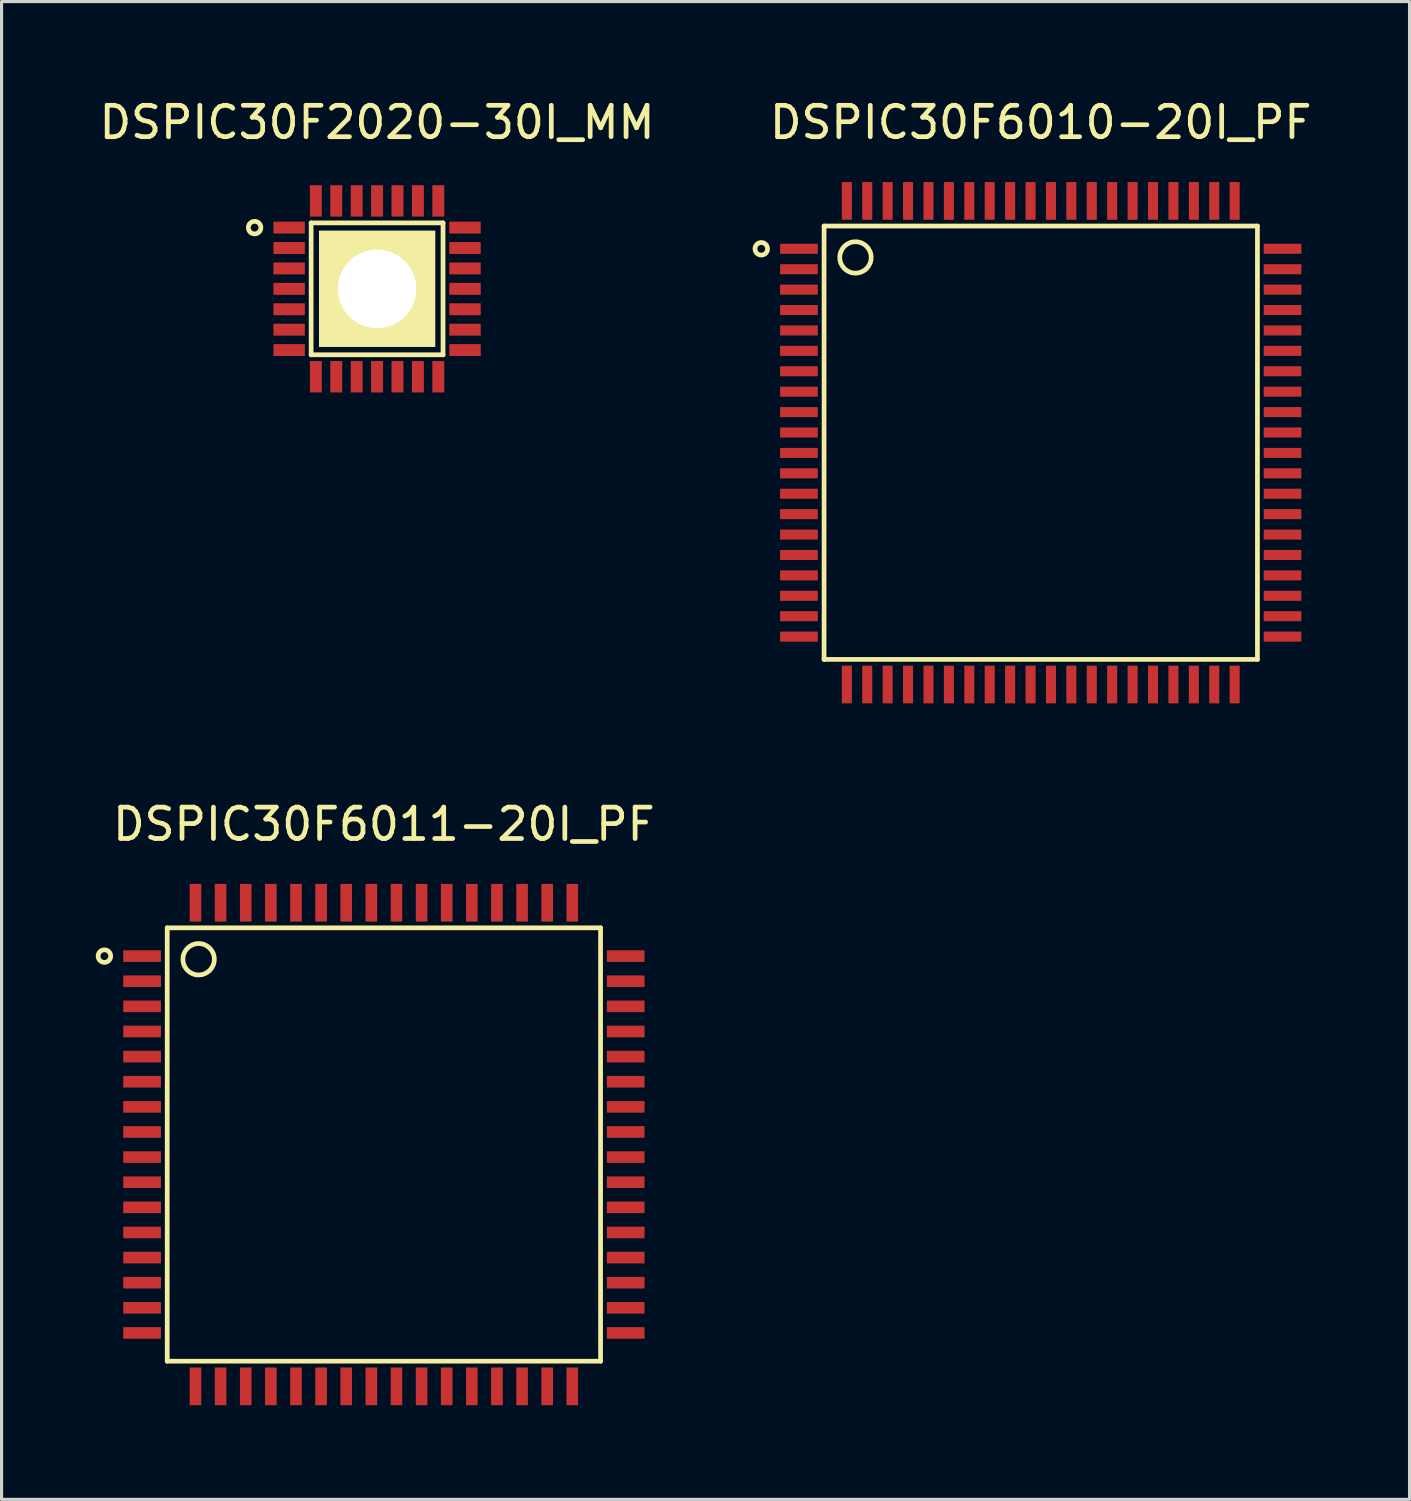
<source format=kicad_pcb>
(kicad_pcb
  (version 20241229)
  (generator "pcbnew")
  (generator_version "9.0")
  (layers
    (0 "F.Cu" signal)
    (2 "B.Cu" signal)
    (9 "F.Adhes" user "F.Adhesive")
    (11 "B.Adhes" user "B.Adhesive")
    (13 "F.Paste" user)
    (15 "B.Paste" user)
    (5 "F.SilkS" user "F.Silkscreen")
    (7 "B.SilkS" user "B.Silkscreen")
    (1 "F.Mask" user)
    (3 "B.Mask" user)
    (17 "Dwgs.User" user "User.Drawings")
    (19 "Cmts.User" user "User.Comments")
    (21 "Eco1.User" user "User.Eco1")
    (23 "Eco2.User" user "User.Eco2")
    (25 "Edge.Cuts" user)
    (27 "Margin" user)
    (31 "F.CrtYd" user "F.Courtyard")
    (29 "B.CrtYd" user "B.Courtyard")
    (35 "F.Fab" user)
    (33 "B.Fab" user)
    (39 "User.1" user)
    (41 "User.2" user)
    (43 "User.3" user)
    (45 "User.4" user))
  (footprint "DSPIC30F6010-20I_PF"
    (layer "F.Cu")
    (at 22.392 3.348)
    (property "Reference" "DSPIC30F6010-20I_PF" (at 7.7 -2.5 0) (layer "F.SilkS") (effects (font (size 1 1) (thickness 0.15))))
    (attr through_hole)
    (fp_line (start 0.8 0.8) (end 0.8 14.6) (stroke (width 0.15) (type solid)) (layer "F.SilkS"))
    (fp_line (start 0.8 0.8) (end 14.6 0.8) (stroke (width 0.15) (type solid)) (layer "F.SilkS"))
    (fp_line (start 0.8 14.6) (end 14.6 14.6) (stroke (width 0.15) (type solid)) (layer "F.SilkS"))
    (fp_line (start 14.6 14.6) (end 14.6 0.8) (stroke (width 0.15) (type solid)) (layer "F.SilkS"))
    (fp_circle (center -1.2 1.525) (end -1.2 1.325) (stroke (width 0.15) (type solid)) (fill no) (layer "F.SilkS"))
    (fp_circle (center 1.8 1.8) (end 1.8 1.3) (stroke (width 0.15) (type solid)) (fill no) (layer "F.SilkS"))
    (pad "1" smd rect (at 0 1.525) (size 1.2 0.32) (layers "F.Cu" "F.Mask" "F.Paste"))
    (pad "2" smd rect (at 0 2.175) (size 1.2 0.32) (layers "F.Cu" "F.Mask" "F.Paste"))
    (pad "3" smd rect (at 0 2.825) (size 1.2 0.32) (layers "F.Cu" "F.Mask" "F.Paste"))
    (pad "4" smd rect (at 0 3.475) (size 1.2 0.32) (layers "F.Cu" "F.Mask" "F.Paste"))
    (pad "5" smd rect (at 0 4.125) (size 1.2 0.32) (layers "F.Cu" "F.Mask" "F.Paste"))
    (pad "6" smd rect (at 0 4.775) (size 1.2 0.32) (layers "F.Cu" "F.Mask" "F.Paste"))
    (pad "7" smd rect (at 0 5.425) (size 1.2 0.32) (layers "F.Cu" "F.Mask" "F.Paste"))
    (pad "8" smd rect (at 0 6.075) (size 1.2 0.32) (layers "F.Cu" "F.Mask" "F.Paste"))
    (pad "9" smd rect (at 0 6.725) (size 1.2 0.32) (layers "F.Cu" "F.Mask" "F.Paste"))
    (pad "10" smd rect (at 0 7.375) (size 1.2 0.32) (layers "F.Cu" "F.Mask" "F.Paste"))
    (pad "11" smd rect (at 0 8.025) (size 1.2 0.32) (layers "F.Cu" "F.Mask" "F.Paste"))
    (pad "12" smd rect (at 0 8.675) (size 1.2 0.32) (layers "F.Cu" "F.Mask" "F.Paste"))
    (pad "13" smd rect (at 0 9.325) (size 1.2 0.32) (layers "F.Cu" "F.Mask" "F.Paste"))
    (pad "14" smd rect (at 0 9.975) (size 1.2 0.32) (layers "F.Cu" "F.Mask" "F.Paste"))
    (pad "15" smd rect (at 0 10.625) (size 1.2 0.32) (layers "F.Cu" "F.Mask" "F.Paste"))
    (pad "16" smd rect (at 0 11.275) (size 1.2 0.32) (layers "F.Cu" "F.Mask" "F.Paste"))
    (pad "17" smd rect (at 0 11.925) (size 1.2 0.32) (layers "F.Cu" "F.Mask" "F.Paste"))
    (pad "18" smd rect (at 0 12.575) (size 1.2 0.32) (layers "F.Cu" "F.Mask" "F.Paste"))
    (pad "19" smd rect (at 0 13.225) (size 1.2 0.32) (layers "F.Cu" "F.Mask" "F.Paste"))
    (pad "20" smd rect (at 0 13.875) (size 1.2 0.32) (layers "F.Cu" "F.Mask" "F.Paste"))
    (pad "21" smd rect (at 1.525 15.4) (size 0.32 1.2) (layers "F.Cu" "F.Mask" "F.Paste"))
    (pad "22" smd rect (at 2.175 15.4) (size 0.32 1.2) (layers "F.Cu" "F.Mask" "F.Paste"))
    (pad "23" smd rect (at 2.825 15.4) (size 0.32 1.2) (layers "F.Cu" "F.Mask" "F.Paste"))
    (pad "24" smd rect (at 3.475 15.4) (size 0.32 1.2) (layers "F.Cu" "F.Mask" "F.Paste"))
    (pad "25" smd rect (at 4.125 15.4) (size 0.32 1.2) (layers "F.Cu" "F.Mask" "F.Paste"))
    (pad "26" smd rect (at 4.775 15.4) (size 0.32 1.2) (layers "F.Cu" "F.Mask" "F.Paste"))
    (pad "27" smd rect (at 5.425 15.4) (size 0.32 1.2) (layers "F.Cu" "F.Mask" "F.Paste"))
    (pad "28" smd rect (at 6.075 15.4) (size 0.32 1.2) (layers "F.Cu" "F.Mask" "F.Paste"))
    (pad "29" smd rect (at 6.725 15.4) (size 0.32 1.2) (layers "F.Cu" "F.Mask" "F.Paste"))
    (pad "30" smd rect (at 7.375 15.4) (size 0.32 1.2) (layers "F.Cu" "F.Mask" "F.Paste"))
    (pad "31" smd rect (at 8.025 15.4) (size 0.32 1.2) (layers "F.Cu" "F.Mask" "F.Paste"))
    (pad "32" smd rect (at 8.675 15.4) (size 0.32 1.2) (layers "F.Cu" "F.Mask" "F.Paste"))
    (pad "33" smd rect (at 9.325 15.4) (size 0.32 1.2) (layers "F.Cu" "F.Mask" "F.Paste"))
    (pad "34" smd rect (at 9.975 15.4) (size 0.32 1.2) (layers "F.Cu" "F.Mask" "F.Paste"))
    (pad "35" smd rect (at 10.625 15.4) (size 0.32 1.2) (layers "F.Cu" "F.Mask" "F.Paste"))
    (pad "36" smd rect (at 11.275 15.4) (size 0.32 1.2) (layers "F.Cu" "F.Mask" "F.Paste"))
    (pad "37" smd rect (at 11.925 15.4) (size 0.32 1.2) (layers "F.Cu" "F.Mask" "F.Paste"))
    (pad "38" smd rect (at 12.575 15.4) (size 0.32 1.2) (layers "F.Cu" "F.Mask" "F.Paste"))
    (pad "39" smd rect (at 13.225 15.4) (size 0.32 1.2) (layers "F.Cu" "F.Mask" "F.Paste"))
    (pad "40" smd rect (at 13.875 15.4) (size 0.32 1.2) (layers "F.Cu" "F.Mask" "F.Paste"))
    (pad "41" smd rect (at 15.4 13.875) (size 1.2 0.32) (layers "F.Cu" "F.Mask" "F.Paste"))
    (pad "42" smd rect (at 15.4 13.225) (size 1.2 0.32) (layers "F.Cu" "F.Mask" "F.Paste"))
    (pad "43" smd rect (at 15.4 12.575) (size 1.2 0.32) (layers "F.Cu" "F.Mask" "F.Paste"))
    (pad "44" smd rect (at 15.4 11.925) (size 1.2 0.32) (layers "F.Cu" "F.Mask" "F.Paste"))
    (pad "45" smd rect (at 15.4 11.275) (size 1.2 0.32) (layers "F.Cu" "F.Mask" "F.Paste"))
    (pad "46" smd rect (at 15.4 10.625) (size 1.2 0.32) (layers "F.Cu" "F.Mask" "F.Paste"))
    (pad "47" smd rect (at 15.4 9.975) (size 1.2 0.32) (layers "F.Cu" "F.Mask" "F.Paste"))
    (pad "48" smd rect (at 15.4 9.325) (size 1.2 0.32) (layers "F.Cu" "F.Mask" "F.Paste"))
    (pad "49" smd rect (at 15.4 8.675) (size 1.2 0.32) (layers "F.Cu" "F.Mask" "F.Paste"))
    (pad "50" smd rect (at 15.4 8.025) (size 1.2 0.32) (layers "F.Cu" "F.Mask" "F.Paste"))
    (pad "51" smd rect (at 15.4 7.375) (size 1.2 0.32) (layers "F.Cu" "F.Mask" "F.Paste"))
    (pad "52" smd rect (at 15.4 6.725) (size 1.2 0.32) (layers "F.Cu" "F.Mask" "F.Paste"))
    (pad "53" smd rect (at 15.4 6.075) (size 1.2 0.32) (layers "F.Cu" "F.Mask" "F.Paste"))
    (pad "54" smd rect (at 15.4 5.425) (size 1.2 0.32) (layers "F.Cu" "F.Mask" "F.Paste"))
    (pad "55" smd rect (at 15.4 4.775) (size 1.2 0.32) (layers "F.Cu" "F.Mask" "F.Paste"))
    (pad "56" smd rect (at 15.4 4.125) (size 1.2 0.32) (layers "F.Cu" "F.Mask" "F.Paste"))
    (pad "57" smd rect (at 15.4 3.475) (size 1.2 0.32) (layers "F.Cu" "F.Mask" "F.Paste"))
    (pad "58" smd rect (at 15.4 2.825) (size 1.2 0.32) (layers "F.Cu" "F.Mask" "F.Paste"))
    (pad "59" smd rect (at 15.4 2.175) (size 1.2 0.32) (layers "F.Cu" "F.Mask" "F.Paste"))
    (pad "60" smd rect (at 15.4 1.525) (size 1.2 0.32) (layers "F.Cu" "F.Mask" "F.Paste"))
    (pad "61" smd rect (at 13.875 0) (size 0.32 1.2) (layers "F.Cu" "F.Mask" "F.Paste"))
    (pad "62" smd rect (at 13.225 0) (size 0.32 1.2) (layers "F.Cu" "F.Mask" "F.Paste"))
    (pad "63" smd rect (at 12.575 0) (size 0.32 1.2) (layers "F.Cu" "F.Mask" "F.Paste"))
    (pad "64" smd rect (at 11.925 0) (size 0.32 1.2) (layers "F.Cu" "F.Mask" "F.Paste"))
    (pad "65" smd rect (at 11.275 0) (size 0.32 1.2) (layers "F.Cu" "F.Mask" "F.Paste"))
    (pad "66" smd rect (at 10.625 0) (size 0.32 1.2) (layers "F.Cu" "F.Mask" "F.Paste"))
    (pad "67" smd rect (at 9.975 0) (size 0.32 1.2) (layers "F.Cu" "F.Mask" "F.Paste"))
    (pad "68" smd rect (at 9.325 0) (size 0.32 1.2) (layers "F.Cu" "F.Mask" "F.Paste"))
    (pad "69" smd rect (at 8.675 0) (size 0.32 1.2) (layers "F.Cu" "F.Mask" "F.Paste"))
    (pad "70" smd rect (at 8.025 0) (size 0.32 1.2) (layers "F.Cu" "F.Mask" "F.Paste"))
    (pad "71" smd rect (at 7.375 0) (size 0.32 1.2) (layers "F.Cu" "F.Mask" "F.Paste"))
    (pad "72" smd rect (at 6.725 0) (size 0.32 1.2) (layers "F.Cu" "F.Mask" "F.Paste"))
    (pad "73" smd rect (at 6.075 0) (size 0.32 1.2) (layers "F.Cu" "F.Mask" "F.Paste"))
    (pad "74" smd rect (at 5.425 0) (size 0.32 1.2) (layers "F.Cu" "F.Mask" "F.Paste"))
    (pad "75" smd rect (at 4.775 0) (size 0.32 1.2) (layers "F.Cu" "F.Mask" "F.Paste"))
    (pad "76" smd rect (at 4.125 0) (size 0.32 1.2) (layers "F.Cu" "F.Mask" "F.Paste"))
    (pad "77" smd rect (at 3.475 0) (size 0.32 1.2) (layers "F.Cu" "F.Mask" "F.Paste"))
    (pad "78" smd rect (at 2.825 0) (size 0.32 1.2) (layers "F.Cu" "F.Mask" "F.Paste"))
    (pad "79" smd rect (at 2.175 0) (size 0.32 1.2) (layers "F.Cu" "F.Mask" "F.Paste"))
    (pad "80" smd rect (at 1.525 0) (size 0.32 1.2) (layers "F.Cu" "F.Mask" "F.Paste")))
  (footprint "DSPIC30F2020-30I_MM"
    (layer "F.Cu")
    (at 6.158 3.348)
    (property "Reference" "DSPIC30F2020-30I_MM" (at 2.8 -2.5 0) (layer "F.SilkS") (effects (font (size 1 1) (thickness 0.15))))
    (attr through_hole)
    (fp_line (start 0.7 0.7) (end 0.7 4.9) (stroke (width 0.15) (type solid)) (layer "F.SilkS"))
    (fp_line (start 0.7 0.7) (end 4.9 0.7) (stroke (width 0.15) (type solid)) (layer "F.SilkS"))
    (fp_line (start 0.7 4.9) (end 4.9 4.9) (stroke (width 0.15) (type solid)) (layer "F.SilkS"))
    (fp_line (start 4.9 4.9) (end 4.9 0.7) (stroke (width 0.15) (type solid)) (layer "F.SilkS"))
    (fp_circle (center -1.1 0.85) (end -1.1 0.65) (stroke (width 0.15) (type solid)) (fill no) (layer "F.SilkS"))
    (fp_circle (center 1.7 1.7) (end 1.7 1.2) (stroke (width 0.15) (type solid)) (fill no) (layer "F.SilkS"))
    (pad "1" smd rect (at 0 0.85) (size 1 0.38) (layers "F.Cu" "F.Mask" "F.Paste"))
    (pad "2" smd rect (at 0 1.5) (size 1 0.38) (layers "F.Cu" "F.Mask" "F.Paste"))
    (pad "3" smd rect (at 0 2.15) (size 1 0.38) (layers "F.Cu" "F.Mask" "F.Paste"))
    (pad "4" smd rect (at 0 2.8) (size 1 0.38) (layers "F.Cu" "F.Mask" "F.Paste"))
    (pad "5" smd rect (at 0 3.45) (size 1 0.38) (layers "F.Cu" "F.Mask" "F.Paste"))
    (pad "6" smd rect (at 0 4.1) (size 1 0.38) (layers "F.Cu" "F.Mask" "F.Paste"))
    (pad "7" smd rect (at 0 4.75) (size 1 0.38) (layers "F.Cu" "F.Mask" "F.Paste"))
    (pad "8" smd rect (at 0.85 5.6) (size 0.38 1) (layers "F.Cu" "F.Mask" "F.Paste"))
    (pad "9" smd rect (at 1.5 5.6) (size 0.38 1) (layers "F.Cu" "F.Mask" "F.Paste"))
    (pad "10" smd rect (at 2.15 5.6) (size 0.38 1) (layers "F.Cu" "F.Mask" "F.Paste"))
    (pad "11" smd rect (at 2.8 5.6) (size 0.38 1) (layers "F.Cu" "F.Mask" "F.Paste"))
    (pad "12" smd rect (at 3.45 5.6) (size 0.38 1) (layers "F.Cu" "F.Mask" "F.Paste"))
    (pad "13" smd rect (at 4.1 5.6) (size 0.38 1) (layers "F.Cu" "F.Mask" "F.Paste"))
    (pad "14" smd rect (at 4.75 5.6) (size 0.38 1) (layers "F.Cu" "F.Mask" "F.Paste"))
    (pad "15" smd rect (at 5.6 4.75) (size 1 0.38) (layers "F.Cu" "F.Mask" "F.Paste"))
    (pad "16" smd rect (at 5.6 4.1) (size 1 0.38) (layers "F.Cu" "F.Mask" "F.Paste"))
    (pad "17" smd rect (at 5.6 3.45) (size 1 0.38) (layers "F.Cu" "F.Mask" "F.Paste"))
    (pad "18" smd rect (at 5.6 2.8) (size 1 0.38) (layers "F.Cu" "F.Mask" "F.Paste"))
    (pad "19" smd rect (at 5.6 2.15) (size 1 0.38) (layers "F.Cu" "F.Mask" "F.Paste"))
    (pad "20" smd rect (at 5.6 1.5) (size 1 0.38) (layers "F.Cu" "F.Mask" "F.Paste"))
    (pad "21" smd rect (at 5.6 0.85) (size 1 0.38) (layers "F.Cu" "F.Mask" "F.Paste"))
    (pad "22" smd rect (at 4.75 0) (size 0.38 1) (layers "F.Cu" "F.Mask" "F.Paste"))
    (pad "23" smd rect (at 4.1 0) (size 0.38 1) (layers "F.Cu" "F.Mask" "F.Paste"))
    (pad "24" smd rect (at 3.45 0) (size 0.38 1) (layers "F.Cu" "F.Mask" "F.Paste"))
    (pad "25" smd rect (at 2.8 0) (size 0.38 1) (layers "F.Cu" "F.Mask" "F.Paste"))
    (pad "26" smd rect (at 2.15 0) (size 0.38 1) (layers "F.Cu" "F.Mask" "F.Paste"))
    (pad "27" smd rect (at 1.5 0) (size 0.38 1) (layers "F.Cu" "F.Mask" "F.Paste"))
    (pad "28" smd rect (at 0.85 0) (size 0.38 1) (layers "F.Cu" "F.Mask" "F.Paste"))
    (pad "999" thru_hole rect (at 2.8 2.8) (size 3.7 3.7) (drill 2.5) (layers "*.Cu" "*.Mask" "F.SilkS")))
  (footprint "DSPIC30F6011-20I_PF"
    (layer "F.Cu")
    (at 1.475 25.697)
    (property "Reference" "DSPIC30F6011-20I_PF" (at 7.7 -2.5 0) (layer "F.SilkS") (effects (font (size 1 1) (thickness 0.15))))
    (attr through_hole)
    (fp_line (start 0.8 0.8) (end 0.8 14.6) (stroke (width 0.15) (type solid)) (layer "F.SilkS"))
    (fp_line (start 0.8 0.8) (end 14.6 0.8) (stroke (width 0.15) (type solid)) (layer "F.SilkS"))
    (fp_line (start 0.8 14.6) (end 14.6 14.6) (stroke (width 0.15) (type solid)) (layer "F.SilkS"))
    (fp_line (start 14.6 14.6) (end 14.6 0.8) (stroke (width 0.15) (type solid)) (layer "F.SilkS"))
    (fp_circle (center -1.2 1.7) (end -1.2 1.5) (stroke (width 0.15) (type solid)) (fill no) (layer "F.SilkS"))
    (fp_circle (center 1.8 1.8) (end 1.8 1.3) (stroke (width 0.15) (type solid)) (fill no) (layer "F.SilkS"))
    (pad "1" smd rect (at 0 1.7) (size 1.2 0.37) (layers "F.Cu" "F.Mask" "F.Paste"))
    (pad "2" smd rect (at 0 2.5) (size 1.2 0.37) (layers "F.Cu" "F.Mask" "F.Paste"))
    (pad "3" smd rect (at 0 3.3) (size 1.2 0.37) (layers "F.Cu" "F.Mask" "F.Paste"))
    (pad "4" smd rect (at 0 4.1) (size 1.2 0.37) (layers "F.Cu" "F.Mask" "F.Paste"))
    (pad "5" smd rect (at 0 4.9) (size 1.2 0.37) (layers "F.Cu" "F.Mask" "F.Paste"))
    (pad "6" smd rect (at 0 5.7) (size 1.2 0.37) (layers "F.Cu" "F.Mask" "F.Paste"))
    (pad "7" smd rect (at 0 6.5) (size 1.2 0.37) (layers "F.Cu" "F.Mask" "F.Paste"))
    (pad "8" smd rect (at 0 7.3) (size 1.2 0.37) (layers "F.Cu" "F.Mask" "F.Paste"))
    (pad "9" smd rect (at 0 8.1) (size 1.2 0.37) (layers "F.Cu" "F.Mask" "F.Paste"))
    (pad "10" smd rect (at 0 8.9) (size 1.2 0.37) (layers "F.Cu" "F.Mask" "F.Paste"))
    (pad "11" smd rect (at 0 9.7) (size 1.2 0.37) (layers "F.Cu" "F.Mask" "F.Paste"))
    (pad "12" smd rect (at 0 10.5) (size 1.2 0.37) (layers "F.Cu" "F.Mask" "F.Paste"))
    (pad "13" smd rect (at 0 11.3) (size 1.2 0.37) (layers "F.Cu" "F.Mask" "F.Paste"))
    (pad "14" smd rect (at 0 12.1) (size 1.2 0.37) (layers "F.Cu" "F.Mask" "F.Paste"))
    (pad "15" smd rect (at 0 12.9) (size 1.2 0.37) (layers "F.Cu" "F.Mask" "F.Paste"))
    (pad "16" smd rect (at 0 13.7) (size 1.2 0.37) (layers "F.Cu" "F.Mask" "F.Paste"))
    (pad "17" smd rect (at 1.7 15.4) (size 0.37 1.2) (layers "F.Cu" "F.Mask" "F.Paste"))
    (pad "18" smd rect (at 2.5 15.4) (size 0.37 1.2) (layers "F.Cu" "F.Mask" "F.Paste"))
    (pad "19" smd rect (at 3.3 15.4) (size 0.37 1.2) (layers "F.Cu" "F.Mask" "F.Paste"))
    (pad "20" smd rect (at 4.1 15.4) (size 0.37 1.2) (layers "F.Cu" "F.Mask" "F.Paste"))
    (pad "21" smd rect (at 4.9 15.4) (size 0.37 1.2) (layers "F.Cu" "F.Mask" "F.Paste"))
    (pad "22" smd rect (at 5.7 15.4) (size 0.37 1.2) (layers "F.Cu" "F.Mask" "F.Paste"))
    (pad "23" smd rect (at 6.5 15.4) (size 0.37 1.2) (layers "F.Cu" "F.Mask" "F.Paste"))
    (pad "24" smd rect (at 7.3 15.4) (size 0.37 1.2) (layers "F.Cu" "F.Mask" "F.Paste"))
    (pad "25" smd rect (at 8.1 15.4) (size 0.37 1.2) (layers "F.Cu" "F.Mask" "F.Paste"))
    (pad "26" smd rect (at 8.9 15.4) (size 0.37 1.2) (layers "F.Cu" "F.Mask" "F.Paste"))
    (pad "27" smd rect (at 9.7 15.4) (size 0.37 1.2) (layers "F.Cu" "F.Mask" "F.Paste"))
    (pad "28" smd rect (at 10.5 15.4) (size 0.37 1.2) (layers "F.Cu" "F.Mask" "F.Paste"))
    (pad "29" smd rect (at 11.3 15.4) (size 0.37 1.2) (layers "F.Cu" "F.Mask" "F.Paste"))
    (pad "30" smd rect (at 12.1 15.4) (size 0.37 1.2) (layers "F.Cu" "F.Mask" "F.Paste"))
    (pad "31" smd rect (at 12.9 15.4) (size 0.37 1.2) (layers "F.Cu" "F.Mask" "F.Paste"))
    (pad "32" smd rect (at 13.7 15.4) (size 0.37 1.2) (layers "F.Cu" "F.Mask" "F.Paste"))
    (pad "33" smd rect (at 15.4 13.7) (size 1.2 0.37) (layers "F.Cu" "F.Mask" "F.Paste"))
    (pad "34" smd rect (at 15.4 12.9) (size 1.2 0.37) (layers "F.Cu" "F.Mask" "F.Paste"))
    (pad "35" smd rect (at 15.4 12.1) (size 1.2 0.37) (layers "F.Cu" "F.Mask" "F.Paste"))
    (pad "36" smd rect (at 15.4 11.3) (size 1.2 0.37) (layers "F.Cu" "F.Mask" "F.Paste"))
    (pad "37" smd rect (at 15.4 10.5) (size 1.2 0.37) (layers "F.Cu" "F.Mask" "F.Paste"))
    (pad "38" smd rect (at 15.4 9.7) (size 1.2 0.37) (layers "F.Cu" "F.Mask" "F.Paste"))
    (pad "39" smd rect (at 15.4 8.9) (size 1.2 0.37) (layers "F.Cu" "F.Mask" "F.Paste"))
    (pad "40" smd rect (at 15.4 8.1) (size 1.2 0.37) (layers "F.Cu" "F.Mask" "F.Paste"))
    (pad "41" smd rect (at 15.4 7.3) (size 1.2 0.37) (layers "F.Cu" "F.Mask" "F.Paste"))
    (pad "42" smd rect (at 15.4 6.5) (size 1.2 0.37) (layers "F.Cu" "F.Mask" "F.Paste"))
    (pad "43" smd rect (at 15.4 5.7) (size 1.2 0.37) (layers "F.Cu" "F.Mask" "F.Paste"))
    (pad "44" smd rect (at 15.4 4.9) (size 1.2 0.37) (layers "F.Cu" "F.Mask" "F.Paste"))
    (pad "45" smd rect (at 15.4 4.1) (size 1.2 0.37) (layers "F.Cu" "F.Mask" "F.Paste"))
    (pad "46" smd rect (at 15.4 3.3) (size 1.2 0.37) (layers "F.Cu" "F.Mask" "F.Paste"))
    (pad "47" smd rect (at 15.4 2.5) (size 1.2 0.37) (layers "F.Cu" "F.Mask" "F.Paste"))
    (pad "48" smd rect (at 15.4 1.7) (size 1.2 0.37) (layers "F.Cu" "F.Mask" "F.Paste"))
    (pad "49" smd rect (at 13.7 0) (size 0.37 1.2) (layers "F.Cu" "F.Mask" "F.Paste"))
    (pad "50" smd rect (at 12.9 0) (size 0.37 1.2) (layers "F.Cu" "F.Mask" "F.Paste"))
    (pad "51" smd rect (at 12.1 0) (size 0.37 1.2) (layers "F.Cu" "F.Mask" "F.Paste"))
    (pad "52" smd rect (at 11.3 0) (size 0.37 1.2) (layers "F.Cu" "F.Mask" "F.Paste"))
    (pad "53" smd rect (at 10.5 0) (size 0.37 1.2) (layers "F.Cu" "F.Mask" "F.Paste"))
    (pad "54" smd rect (at 9.7 0) (size 0.37 1.2) (layers "F.Cu" "F.Mask" "F.Paste"))
    (pad "55" smd rect (at 8.9 0) (size 0.37 1.2) (layers "F.Cu" "F.Mask" "F.Paste"))
    (pad "56" smd rect (at 8.1 0) (size 0.37 1.2) (layers "F.Cu" "F.Mask" "F.Paste"))
    (pad "57" smd rect (at 7.3 0) (size 0.37 1.2) (layers "F.Cu" "F.Mask" "F.Paste"))
    (pad "58" smd rect (at 6.5 0) (size 0.37 1.2) (layers "F.Cu" "F.Mask" "F.Paste"))
    (pad "59" smd rect (at 5.7 0) (size 0.37 1.2) (layers "F.Cu" "F.Mask" "F.Paste"))
    (pad "60" smd rect (at 4.9 0) (size 0.37 1.2) (layers "F.Cu" "F.Mask" "F.Paste"))
    (pad "61" smd rect (at 4.1 0) (size 0.37 1.2) (layers "F.Cu" "F.Mask" "F.Paste"))
    (pad "62" smd rect (at 3.3 0) (size 0.37 1.2) (layers "F.Cu" "F.Mask" "F.Paste"))
    (pad "63" smd rect (at 2.5 0) (size 0.37 1.2) (layers "F.Cu" "F.Mask" "F.Paste"))
    (pad "64" smd rect (at 1.7 0) (size 0.37 1.2) (layers "F.Cu" "F.Mask" "F.Paste")))
  (gr_rect
    (start -3 -3)
    (end 41.836 44.697)
    (stroke (width 0.1) (type default))
    (fill no)
    (layer "Edge.Cuts")))
</source>
